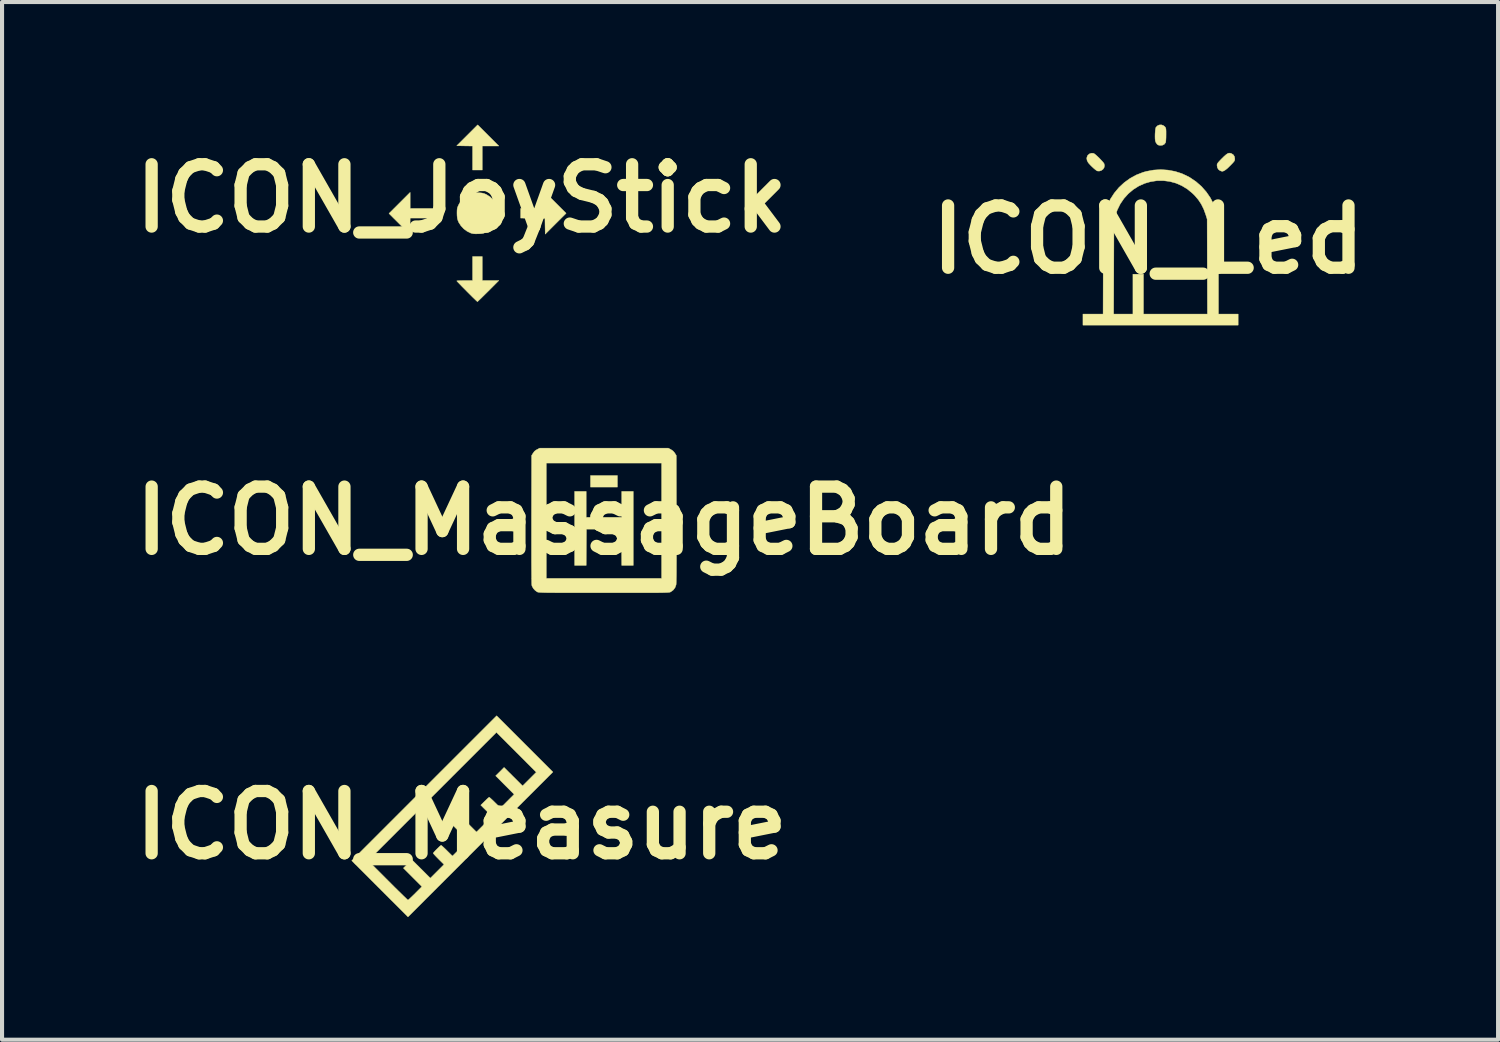
<source format=kicad_pcb>
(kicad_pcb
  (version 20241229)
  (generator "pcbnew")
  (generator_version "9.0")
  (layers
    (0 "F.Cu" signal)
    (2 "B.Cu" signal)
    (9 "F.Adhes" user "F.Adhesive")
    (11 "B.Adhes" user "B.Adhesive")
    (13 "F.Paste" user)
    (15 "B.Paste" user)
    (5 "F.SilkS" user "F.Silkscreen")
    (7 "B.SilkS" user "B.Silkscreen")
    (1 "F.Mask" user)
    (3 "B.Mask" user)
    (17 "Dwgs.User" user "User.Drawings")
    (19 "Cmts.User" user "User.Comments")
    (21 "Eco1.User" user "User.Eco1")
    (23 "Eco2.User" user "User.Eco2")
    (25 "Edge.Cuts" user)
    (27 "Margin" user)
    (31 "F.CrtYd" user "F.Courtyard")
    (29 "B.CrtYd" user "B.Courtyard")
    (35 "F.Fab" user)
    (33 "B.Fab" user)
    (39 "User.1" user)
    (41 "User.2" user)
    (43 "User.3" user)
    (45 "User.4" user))
  (footprint "ICON_Led"
    (layer "F.Cu")
    (at 25.047 2.812)
    (property "Reference" "ICON_Led" (at 0 0 0) (layer "F.SilkS") (effects (font (size 1.524 1.524) (thickness 0.3))))
    (attr through_hole)
    (fp_poly (pts (xy -0.2 0.247) (xy -0.153 0.277) (xy -0.126 0.321) (xy -0.118 0.373) (xy -0.121 0.41) (xy -0.134 0.438) (xy -0.158 0.466) (xy -0.203 0.497) (xy -0.252 0.506) (xy -0.301 0.494) (xy -0.339 0.467) (xy -0.365 0.426) (xy -0.376 0.378) (xy -0.372 0.329) (xy -0.352 0.29) (xy -0.315 0.259) (xy -0.267 0.242) (xy -0.219 0.241) (xy -0.2 0.247)) (stroke (width 0.01) (type solid)) (fill yes) (layer "F.SilkS"))
    (fp_poly (pts (xy -1.339 -2.11) (xy -1.318 -2.098) (xy -1.285 -2.072) (xy -1.245 -2.036) (xy -1.202 -1.995) (xy -1.161 -1.952) (xy -1.124 -1.912) (xy -1.096 -1.879) (xy -1.081 -1.857) (xy -1.072 -1.807) (xy -1.082 -1.76) (xy -1.109 -1.72) (xy -1.149 -1.691) (xy -1.198 -1.676) (xy -1.244 -1.678) (xy -1.266 -1.689) (xy -1.298 -1.713) (xy -1.338 -1.747) (xy -1.38 -1.786) (xy -1.421 -1.827) (xy -1.455 -1.865) (xy -1.472 -1.886) (xy -1.499 -1.94) (xy -1.506 -1.995) (xy -1.491 -2.045) (xy -1.475 -2.068) (xy -1.435 -2.1) (xy -1.386 -2.114) (xy -1.339 -2.11)) (stroke (width 0.01) (type solid)) (fill yes) (layer "F.SilkS"))
    (fp_poly (pts (xy 0.37 -2.79) (xy 0.403 -2.764) (xy 0.416 -2.749) (xy 0.424 -2.734) (xy 0.43 -2.716) (xy 0.433 -2.689) (xy 0.435 -2.65) (xy 0.435 -2.593) (xy 0.435 -2.563) (xy 0.434 -2.493) (xy 0.431 -2.435) (xy 0.427 -2.393) (xy 0.422 -2.372) (xy 0.391 -2.332) (xy 0.348 -2.31) (xy 0.302 -2.305) (xy 0.262 -2.308) (xy 0.234 -2.319) (xy 0.212 -2.338) (xy 0.182 -2.384) (xy 0.17 -2.426) (xy 0.166 -2.471) (xy 0.165 -2.526) (xy 0.166 -2.585) (xy 0.17 -2.643) (xy 0.175 -2.694) (xy 0.182 -2.731) (xy 0.188 -2.747) (xy 0.225 -2.785) (xy 0.271 -2.805) (xy 0.322 -2.807) (xy 0.37 -2.79)) (stroke (width 0.01) (type solid)) (fill yes) (layer "F.SilkS"))
    (fp_poly (pts (xy 2.032 -2.106) (xy 2.035 -2.105) (xy 2.081 -2.075) (xy 2.109 -2.03) (xy 2.117 -1.978) (xy 2.116 -1.956) (xy 2.112 -1.937) (xy 2.102 -1.917) (xy 2.083 -1.893) (xy 2.053 -1.86) (xy 2.009 -1.815) (xy 2.008 -1.814) (xy 1.944 -1.751) (xy 1.892 -1.708) (xy 1.85 -1.681) (xy 1.816 -1.671) (xy 1.808 -1.67) (xy 1.788 -1.675) (xy 1.758 -1.686) (xy 1.756 -1.687) (xy 1.717 -1.716) (xy 1.691 -1.761) (xy 1.682 -1.816) (xy 1.682 -1.818) (xy 1.683 -1.837) (xy 1.689 -1.855) (xy 1.702 -1.876) (xy 1.725 -1.903) (xy 1.759 -1.94) (xy 1.801 -1.983) (xy 1.858 -2.039) (xy 1.903 -2.078) (xy 1.939 -2.103) (xy 1.971 -2.115) (xy 2 -2.115) (xy 2.032 -2.106)) (stroke (width 0.01) (type solid)) (fill yes) (layer "F.SilkS"))
    (fp_poly (pts (xy 0.481 -1.7) (xy 0.654 -1.668) (xy 0.821 -1.615) (xy 0.978 -1.541) (xy 1.011 -1.523) (xy 1.164 -1.42) (xy 1.3 -1.301) (xy 1.418 -1.167) (xy 1.519 -1.021) (xy 1.6 -0.862) (xy 1.661 -0.693) (xy 1.7 -0.515) (xy 1.704 -0.488) (xy 1.707 -0.458) (xy 1.709 -0.405) (xy 1.711 -0.329) (xy 1.713 -0.231) (xy 1.714 -0.11) (xy 1.715 0.032) (xy 1.716 0.195) (xy 1.716 0.379) (xy 1.717 0.584) (xy 1.717 0.712) (xy 1.717 1.823) (xy 2.199 1.823) (xy 2.199 2.093) (xy -1.599 2.093) (xy -1.599 1.823) (xy -1.106 1.823) (xy -0.848 1.823) (xy -0.376 1.823) (xy -0.376 0.847) (xy -0.118 0.847) (xy -0.118 1.823) (xy 1.447 1.823) (xy 1.44 -0.5) (xy 1.408 -0.603) (xy 1.358 -0.742) (xy 1.298 -0.864) (xy 1.225 -0.975) (xy 1.136 -1.079) (xy 1.082 -1.132) (xy 0.957 -1.235) (xy 0.821 -1.318) (xy 0.676 -1.381) (xy 0.525 -1.422) (xy 0.37 -1.442) (xy 0.212 -1.441) (xy 0.054 -1.416) (xy -0.085 -1.376) (xy -0.233 -1.31) (xy -0.368 -1.225) (xy -0.49 -1.122) (xy -0.597 -1.003) (xy -0.687 -0.87) (xy -0.759 -0.724) (xy -0.809 -0.579) (xy -0.84 -0.464) (xy -0.848 1.823) (xy -1.106 1.823) (xy -1.103 0.644) (xy -1.099 -0.535) (xy -1.068 -0.65) (xy -1.008 -0.825) (xy -0.929 -0.987) (xy -0.832 -1.137) (xy -0.719 -1.273) (xy -0.59 -1.393) (xy -0.448 -1.496) (xy -0.293 -1.581) (xy -0.127 -1.646) (xy -0.044 -1.669) (xy 0.129 -1.701) (xy 0.305 -1.712) (xy 0.481 -1.7)) (stroke (width 0.01) (type solid)) (fill yes) (layer "F.SilkS")))
  (footprint "ICON_MassageBoard"
    (layer "F.Cu")
    (at 11.728 9.691)
    (property "Reference" "ICON_MassageBoard" (at 0 0 0) (layer "F.SilkS") (effects (font (size 1.524 1.524) (thickness 0.3))))
    (attr through_hole)
    (fp_poly (pts (xy 0.329 -0.823) (xy -0.329 -0.823) (xy -0.329 -1.105) (xy 0.329 -1.105) (xy 0.329 -0.823)) (stroke (width 0.01) (type solid)) (fill yes) (layer "F.SilkS"))
    (fp_poly (pts (xy -0.435 -0.082) (xy 0.435 -0.082) (xy 0.435 -0.717) (xy 0.717 -0.717) (xy 0.717 1.094) (xy 0.435 1.094) (xy 0.429 0.206) (xy -0.429 0.206) (xy -0.435 1.094) (xy -0.717 1.094) (xy -0.717 -0.717) (xy -0.435 -0.717) (xy -0.435 -0.082)) (stroke (width 0.01) (type solid)) (fill yes) (layer "F.SilkS"))
    (fp_poly (pts (xy 1.636 -1.743) (xy 1.688 -1.708) (xy 1.727 -1.664) (xy 1.734 -1.653) (xy 1.77 -1.595) (xy 1.773 -0.042) (xy 1.774 0.209) (xy 1.774 0.437) (xy 1.774 0.643) (xy 1.774 0.826) (xy 1.774 0.988) (xy 1.773 1.129) (xy 1.773 1.25) (xy 1.772 1.351) (xy 1.77 1.432) (xy 1.769 1.495) (xy 1.767 1.539) (xy 1.765 1.565) (xy 1.764 1.571) (xy 1.739 1.638) (xy 1.695 1.696) (xy 1.637 1.739) (xy 1.634 1.741) (xy 1.627 1.744) (xy 1.619 1.747) (xy 1.609 1.75) (xy 1.596 1.752) (xy 1.578 1.754) (xy 1.554 1.756) (xy 1.523 1.757) (xy 1.484 1.759) (xy 1.435 1.76) (xy 1.376 1.761) (xy 1.305 1.762) (xy 1.221 1.762) (xy 1.123 1.763) (xy 1.01 1.763) (xy 0.88 1.763) (xy 0.732 1.763) (xy 0.565 1.763) (xy 0.378 1.763) (xy 0.169 1.763) (xy -0.002 1.763) (xy -0.228 1.763) (xy -0.431 1.763) (xy -0.613 1.763) (xy -0.775 1.763) (xy -0.919 1.763) (xy -1.045 1.762) (xy -1.154 1.762) (xy -1.249 1.761) (xy -1.329 1.761) (xy -1.397 1.76) (xy -1.453 1.759) (xy -1.499 1.757) (xy -1.536 1.756) (xy -1.565 1.754) (xy -1.587 1.752) (xy -1.604 1.75) (xy -1.616 1.748) (xy -1.625 1.745) (xy -1.632 1.742) (xy -1.636 1.74) (xy -1.684 1.705) (xy -1.727 1.658) (xy -1.757 1.606) (xy -1.764 1.586) (xy -1.766 1.567) (xy -1.768 1.525) (xy -1.769 1.461) (xy -1.77 1.374) (xy -1.771 1.265) (xy -1.772 1.135) (xy -1.773 0.984) (xy -1.773 0.813) (xy -1.773 0.621) (xy -1.773 0.41) (xy -1.773 0.179) (xy -1.773 -0.026) (xy -1.77 -1.411) (xy -1.411 -1.411) (xy -1.411 1.411) (xy 1.411 1.411) (xy 1.411 -1.411) (xy -1.411 -1.411) (xy -1.77 -1.411) (xy -1.77 -1.595) (xy -1.734 -1.653) (xy -1.701 -1.698) (xy -1.659 -1.73) (xy -1.635 -1.743) (xy -1.572 -1.776) (xy 1.573 -1.776) (xy 1.636 -1.743)) (stroke (width 0.01) (type solid)) (fill yes) (layer "F.SilkS")))
  (footprint "ICON_Measure"
    (layer "F.Cu")
    (at 8.244 17.139)
    (property "Reference" "ICON_Measure" (at 0 0 0) (layer "F.SilkS") (effects (font (size 1.524 1.524) (thickness 0.3))))
    (attr through_hole)
    (fp_poly (pts (xy 1.546 -1.987) (xy 2.234 -1.299) (xy 0.462 0.473) (xy -1.311 2.246) (xy -2.687 0.87) (xy -2.687 0.87) (xy -2.287 0.87) (xy -1.805 1.352) (xy -1.717 1.44) (xy -1.634 1.523) (xy -1.557 1.599) (xy -1.487 1.667) (xy -1.427 1.726) (xy -1.378 1.773) (xy -1.342 1.808) (xy -1.319 1.829) (xy -1.311 1.834) (xy -1.299 1.826) (xy -1.274 1.804) (xy -1.238 1.77) (xy -1.193 1.727) (xy -1.142 1.678) (xy -1.135 1.67) (xy -0.97 1.505) (xy -1.423 1.052) (xy -1.217 0.847) (xy -0.764 1.299) (xy -0.597 1.132) (xy -0.429 0.964) (xy -0.562 0.832) (xy -0.607 0.786) (xy -0.645 0.746) (xy -0.674 0.714) (xy -0.691 0.693) (xy -0.694 0.688) (xy -0.686 0.675) (xy -0.665 0.65) (xy -0.635 0.618) (xy -0.6 0.583) (xy -0.565 0.549) (xy -0.534 0.519) (xy -0.511 0.5) (xy -0.5 0.494) (xy -0.488 0.502) (xy -0.463 0.524) (xy -0.427 0.557) (xy -0.384 0.598) (xy -0.356 0.626) (xy -0.223 0.758) (xy 0.159 0.376) (xy -0.068 0.15) (xy -0.294 -0.077) (xy -0.088 -0.282) (xy 0.138 -0.056) (xy 0.365 0.17) (xy 0.556 -0.021) (xy 0.746 -0.212) (xy 0.608 -0.35) (xy 0.47 -0.488) (xy 0.568 -0.585) (xy 0.607 -0.623) (xy 0.64 -0.654) (xy 0.665 -0.675) (xy 0.676 -0.682) (xy 0.688 -0.674) (xy 0.713 -0.652) (xy 0.749 -0.619) (xy 0.792 -0.578) (xy 0.82 -0.55) (xy 0.953 -0.418) (xy 1.287 -0.753) (xy 1.061 -0.979) (xy 0.835 -1.206) (xy 0.938 -1.308) (xy 1.04 -1.411) (xy 1.267 -1.185) (xy 1.493 -0.959) (xy 1.828 -1.294) (xy 1.341 -1.782) (xy 0.853 -2.27) (xy -2.287 0.87) (xy -2.687 0.87) (xy 0.858 -2.675) (xy 1.546 -1.987)) (stroke (width 0.01) (type solid)) (fill yes) (layer "F.SilkS")))
  (footprint "ICON_JoyStick"
    (layer "F.Cu")
    (at 8.244 1.804)
    (property "Reference" "ICON_JoyStick" (at 0 0 0) (layer "F.SilkS") (effects (font (size 1.524 1.524) (thickness 0.3))))
    (attr through_hole)
    (fp_poly (pts (xy -1.258 0.247) (xy -0.67 0.247) (xy -0.67 0.482) (xy -1.258 0.482) (xy -1.261 0.682) (xy -1.264 0.882) (xy -1.776 0.37) (xy -1.517 0.112) (xy -1.258 -0.147) (xy -1.258 0.247)) (stroke (width 0.01) (type solid)) (fill yes) (layer "F.SilkS"))
    (fp_poly (pts (xy 0.653 -1.54) (xy 0.911 -1.282) (xy 0.506 -1.282) (xy 0.506 -0.694) (xy 0.27 -0.694) (xy 0.27 -1.281) (xy 0.076 -1.284) (xy -0.118 -1.288) (xy 0.138 -1.543) (xy 0.394 -1.799) (xy 0.653 -1.54)) (stroke (width 0.01) (type solid)) (fill yes) (layer "F.SilkS"))
    (fp_poly (pts (xy 2.558 0.365) (xy 2.302 0.62) (xy 2.047 0.875) (xy 2.043 0.682) (xy 2.04 0.488) (xy 1.743 0.485) (xy 1.446 0.482) (xy 1.446 0.247) (xy 2.046 0.247) (xy 2.046 -0.147) (xy 2.558 0.365)) (stroke (width 0.01) (type solid)) (fill yes) (layer "F.SilkS"))
    (fp_poly (pts (xy 0.506 2.011) (xy 0.911 2.011) (xy 0.653 2.27) (xy 0.589 2.333) (xy 0.53 2.391) (xy 0.479 2.442) (xy 0.437 2.482) (xy 0.407 2.511) (xy 0.391 2.526) (xy 0.388 2.528) (xy 0.379 2.52) (xy 0.355 2.498) (xy 0.318 2.462) (xy 0.271 2.417) (xy 0.216 2.362) (xy 0.155 2.301) (xy 0.132 2.278) (xy 0.07 2.215) (xy 0.013 2.158) (xy -0.036 2.107) (xy -0.076 2.066) (xy -0.103 2.037) (xy -0.117 2.021) (xy -0.118 2.02) (xy -0.106 2.017) (xy -0.076 2.014) (xy -0.029 2.012) (xy 0.029 2.011) (xy 0.076 2.011) (xy 0.27 2.011) (xy 0.27 1.423) (xy 0.506 1.423) (xy 0.506 2.011)) (stroke (width 0.01) (type solid)) (fill yes) (layer "F.SilkS"))
    (fp_poly (pts (xy 0.42 -0.138) (xy 0.478 -0.134) (xy 0.522 -0.127) (xy 0.561 -0.115) (xy 0.604 -0.096) (xy 0.608 -0.094) (xy 0.698 -0.037) (xy 0.776 0.036) (xy 0.836 0.122) (xy 0.85 0.15) (xy 0.866 0.185) (xy 0.877 0.214) (xy 0.883 0.244) (xy 0.887 0.28) (xy 0.888 0.33) (xy 0.888 0.37) (xy 0.887 0.432) (xy 0.886 0.476) (xy 0.881 0.509) (xy 0.874 0.536) (xy 0.862 0.565) (xy 0.855 0.579) (xy 0.796 0.672) (xy 0.72 0.751) (xy 0.629 0.812) (xy 0.614 0.82) (xy 0.571 0.84) (xy 0.536 0.854) (xy 0.502 0.861) (xy 0.459 0.865) (xy 0.407 0.867) (xy 0.342 0.868) (xy 0.293 0.865) (xy 0.253 0.857) (xy 0.226 0.849) (xy 0.137 0.806) (xy 0.055 0.746) (xy -0.014 0.672) (xy -0.068 0.59) (xy -0.09 0.538) (xy -0.103 0.488) (xy -0.11 0.427) (xy -0.112 0.359) (xy -0.111 0.303) (xy -0.108 0.263) (xy -0.102 0.23) (xy -0.089 0.196) (xy -0.07 0.154) (xy -0.069 0.153) (xy -0.014 0.059) (xy 0.054 -0.017) (xy 0.137 -0.075) (xy 0.237 -0.118) (xy 0.28 -0.131) (xy 0.32 -0.138) (xy 0.366 -0.14) (xy 0.42 -0.138)) (stroke (width 0.01) (type solid)) (fill yes) (layer "F.SilkS")))
  (gr_rect
    (start -3 -3)
    (end 33.606 22.39)
    (stroke (width 0.1) (type default))
    (fill no)
    (layer "Edge.Cuts")))
</source>
